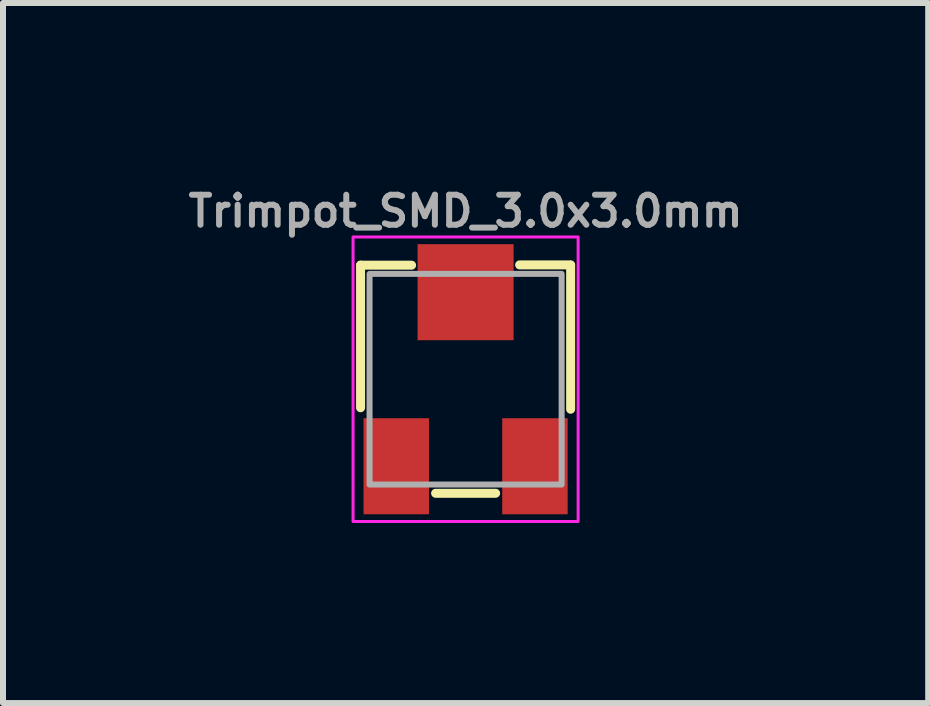
<source format=kicad_pcb>
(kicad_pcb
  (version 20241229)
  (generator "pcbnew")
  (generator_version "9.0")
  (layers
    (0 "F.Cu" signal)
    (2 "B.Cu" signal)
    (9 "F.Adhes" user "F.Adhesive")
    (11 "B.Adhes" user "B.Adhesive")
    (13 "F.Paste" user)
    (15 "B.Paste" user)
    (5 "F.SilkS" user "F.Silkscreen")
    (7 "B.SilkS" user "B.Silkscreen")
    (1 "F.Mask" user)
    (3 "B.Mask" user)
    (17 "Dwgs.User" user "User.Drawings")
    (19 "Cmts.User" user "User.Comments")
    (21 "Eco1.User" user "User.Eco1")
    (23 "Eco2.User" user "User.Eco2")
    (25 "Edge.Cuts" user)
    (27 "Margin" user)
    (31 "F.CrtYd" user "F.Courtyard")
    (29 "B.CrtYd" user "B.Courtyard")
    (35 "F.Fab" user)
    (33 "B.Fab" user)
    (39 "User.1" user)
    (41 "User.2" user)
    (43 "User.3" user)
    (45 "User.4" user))
  (footprint "Trimpot_SMD_3.0x3.0mm"
    (layer "F.Cu")
    (at 4.707 3.268)
    (property "Reference" "Trimpot_SMD_3.0x3.0mm" (at 0 -2.8 0) (layer "F.Fab") (effects (font (size 0.5 0.5) (thickness 0.1) (bold yes))))
    (attr smd)
    (fp_line (start -1.75 -1.9) (end -0.9 -1.9) (stroke (width 0.15) (type default)) (layer "F.SilkS"))
    (fp_line (start -1.75 0.475) (end -1.75 -1.9) (stroke (width 0.15) (type default)) (layer "F.SilkS"))
    (fp_line (start 0.5 1.9) (end -0.5 1.9) (stroke (width 0.15) (type default)) (layer "F.SilkS"))
    (fp_line (start 1.75 -1.905) (end 0.9 -1.905) (stroke (width 0.15) (type default)) (layer "F.SilkS"))
    (fp_line (start 1.75 0.5) (end 1.75 -1.9) (stroke (width 0.15) (type default)) (layer "F.SilkS"))
    (fp_rect (start -1.875 -2.37) (end 1.875 2.37) (stroke (width 0.05) (type default)) (fill no) (layer "F.CrtYd"))
    (fp_rect (start -1.6 -1.755) (end 1.6 1.755) (stroke (width 0.1) (type solid)) (fill no) (layer "F.Fab"))
    (pad "1" smd rect (at -1.155 1.45) (size 1.09 1.6) (layers "F.Cu" "F.Mask" "F.Paste"))
    (pad "2" smd rect (at 0 -1.45) (size 1.6 1.6) (layers "F.Cu" "F.Mask" "F.Paste"))
    (pad "3" smd rect (at 1.155 1.45) (size 1.09 1.6) (layers "F.Cu" "F.Mask" "F.Paste")))
  (gr_rect
    (start -3 -3)
    (end 12.414 8.663)
    (stroke (width 0.1) (type default))
    (fill no)
    (layer "Edge.Cuts")))
</source>
